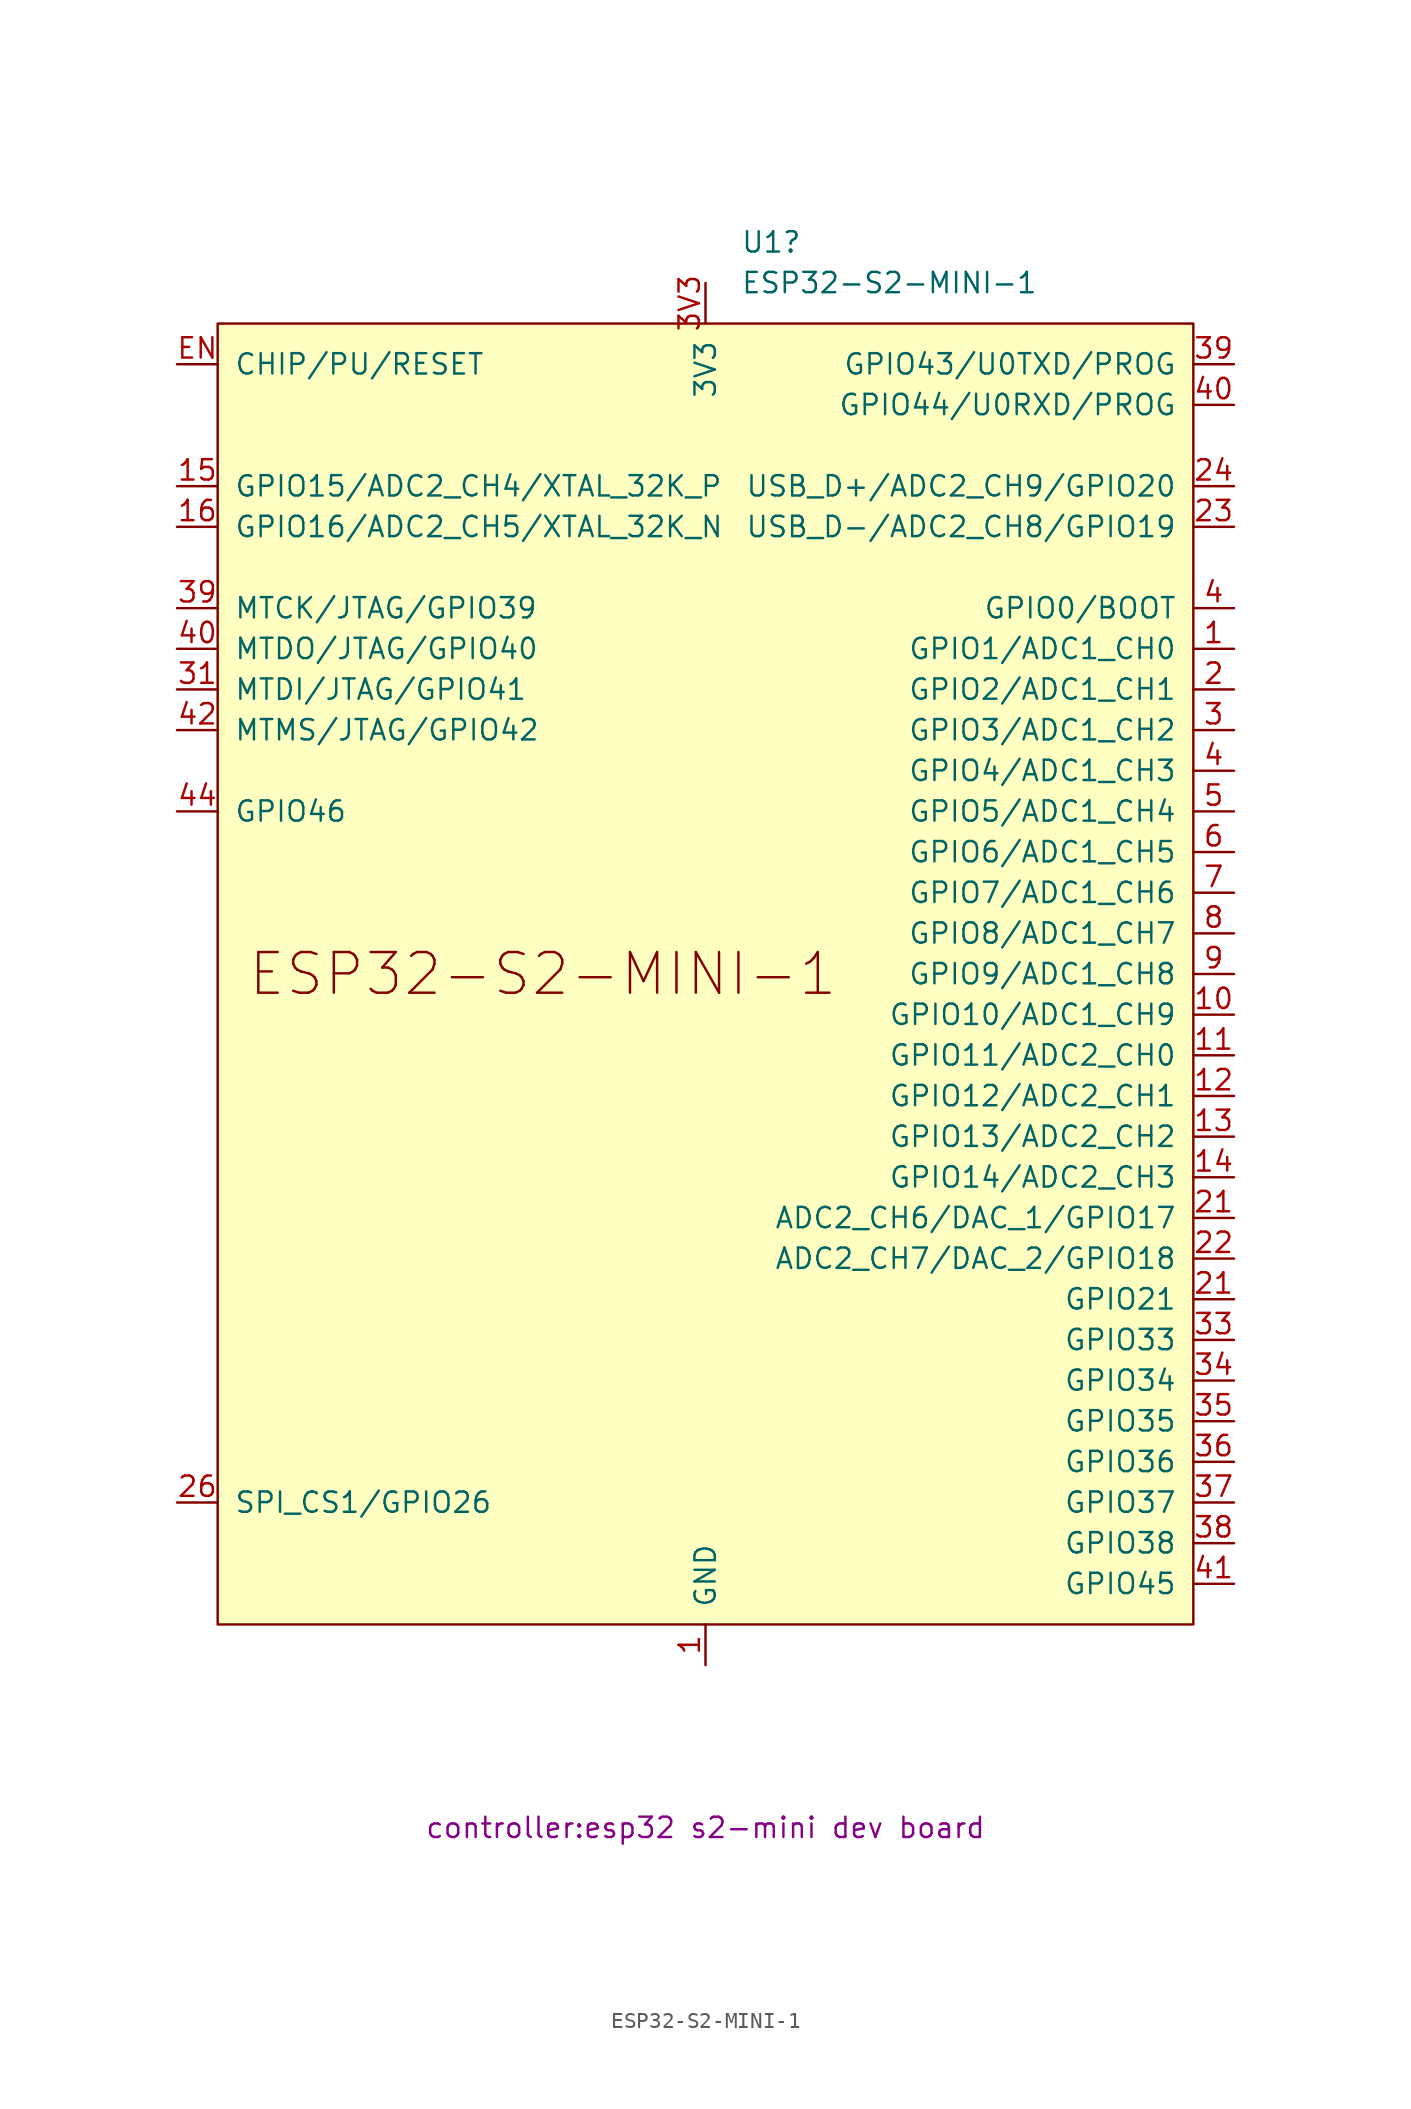
<source format=kicad_sym>
(kicad_symbol_lib
  (version 20231120)
  (generator "kicad_symbol_editor")
  (generator_version "8.0")
  (symbol "ESP32-S2-MINI-1"
    (pin_names
      (offset 1.016))
    (property "Reference" "U1"
      (at 2.194 45.72 0)
      (effects (font (size 1.27 1.27)) (justify left)))
    (property "Value" "ESP32-S2-MINI-1"
      (at 2.194 43.18 0)
      (effects (font (size 1.27 1.27)) (justify left)))
    (property "Footprint" "controller:esp32 s2-mini dev board"
      (at 0 -53.34 0)
      (effects (font (size 1.27 1.27))))
    (symbol "ESP32-S2-MINI-1_0_0"
      (pin power_in line (at 0 -43.18 90) (length 2.54) (name "GND" (effects (font (size 1.27 1.27)))) (number "1" (effects (font (size 1.27 1.27)))))
      (pin input line (at -33.02 10.16 0) (length 2.54) (name "GPIO46" (effects (font (size 1.27 1.27)))) (number "44" (effects (font (size 1.27 1.27)))))
      (pin passive line (at 0 -43.18 90) (length 2.54) hide (name "GND" (effects (font (size 1.27 1.27)))) (number "47" (effects (font (size 1.27 1.27)))))
      (pin passive line (at 0 -43.18 90) (length 2.54) hide (name "GND" (effects (font (size 1.27 1.27)))) (number "48" (effects (font (size 1.27 1.27)))))
      (pin passive line (at 0 -43.18 90) (length 2.54) hide (name "GND" (effects (font (size 1.27 1.27)))) (number "49" (effects (font (size 1.27 1.27)))))
      (pin passive line (at 0 -43.18 90) (length 2.54) hide (name "GND" (effects (font (size 1.27 1.27)))) (number "50" (effects (font (size 1.27 1.27)))))
      (pin passive line (at 0 -43.18 90) (length 2.54) hide (name "GND" (effects (font (size 1.27 1.27)))) (number "51" (effects (font (size 1.27 1.27)))))
      (pin passive line (at 0 -43.18 90) (length 2.54) hide (name "GND" (effects (font (size 1.27 1.27)))) (number "52" (effects (font (size 1.27 1.27)))))
      (pin passive line (at 0 -43.18 90) (length 2.54) hide (name "GND" (effects (font (size 1.27 1.27)))) (number "53" (effects (font (size 1.27 1.27)))))
      (pin passive line (at 0 -43.18 90) (length 2.54) hide (name "GND" (effects (font (size 1.27 1.27)))) (number "54" (effects (font (size 1.27 1.27)))))
      (pin passive line (at 0 -43.18 90) (length 2.54) hide (name "GND" (effects (font (size 1.27 1.27)))) (number "55" (effects (font (size 1.27 1.27)))))
      (pin passive line (at 0 -43.18 90) (length 2.54) hide (name "GND" (effects (font (size 1.27 1.27)))) (number "56" (effects (font (size 1.27 1.27)))))
      (pin passive line (at 0 -43.18 90) (length 2.54) hide (name "GND" (effects (font (size 1.27 1.27)))) (number "57" (effects (font (size 1.27 1.27)))))
      (pin passive line (at 0 -43.18 90) (length 2.54) hide (name "GND" (effects (font (size 1.27 1.27)))) (number "58" (effects (font (size 1.27 1.27)))))
      (pin passive line (at 0 -43.18 90) (length 2.54) hide (name "GND" (effects (font (size 1.27 1.27)))) (number "59" (effects (font (size 1.27 1.27)))))
      (pin passive line (at 0 -43.18 90) (length 2.54) hide (name "GND" (effects (font (size 1.27 1.27)))) (number "60" (effects (font (size 1.27 1.27)))))
      (pin passive line (at 0 -43.18 90) (length 2.54) hide (name "GND" (effects (font (size 1.27 1.27)))) (number "61" (effects (font (size 1.27 1.27)))))
      (pin passive line (at 0 -43.18 90) (length 2.54) hide (name "GND" (effects (font (size 1.27 1.27)))) (number "62" (effects (font (size 1.27 1.27)))))
      (pin passive line (at 0 -43.18 90) (length 2.54) hide (name "GND" (effects (font (size 1.27 1.27)))) (number "63" (effects (font (size 1.27 1.27)))))
      (pin passive line (at 0 -43.18 90) (length 2.54) hide (name "GND" (effects (font (size 1.27 1.27)))) (number "64" (effects (font (size 1.27 1.27)))))
      (pin passive line (at 0 -43.18 90) (length 2.54) hide (name "GND" (effects (font (size 1.27 1.27)))) (number "65" (effects (font (size 1.27 1.27))))))
    (symbol "ESP32-S2-MINI-1_0_1"
      (rectangle (start -30.48 40.64) (end 30.48 -40.64) (stroke (width 0) (type default)) (fill (type background))))
    (symbol "ESP32-S2-MINI-1_1_0"
      (pin passive line (at 0 -43.18 90) (length 2.54) hide (name "GND" (effects (font (size 1.27 1.27)))) (number "51" (effects (font (size 1.27 1.27)))))
      (pin bidirectional line (at -33.02 38.1 0) (length 2.54) (name "CHIP/PU/RESET" (effects (font (size 1.27 1.27)))) (number "EN" (effects (font (size 1.27 1.27)))))
      (pin passive line (at 0 -43.18 90) (length 2.54) hide (name "GND" (effects (font (size 1.27 1.27)))) (number "GND" (effects (font (size 1.27 1.27))))))
    (symbol "ESP32-S2-MINI-1_1_1"
      (text "ESP32-S2-MINI-1" (at -10.16 0 0) (effects (font (size 2.54 2.54))))
      (pin bidirectional line (at 33.02 20.32 180) (length 2.54) (name "GPIO1/ADC1_CH0" (effects (font (size 1.27 1.27)))) (number "1" (effects (font (size 1.27 1.27)))))
      (pin bidirectional line (at 33.02 -2.54 180) (length 2.54) (name "GPIO10/ADC1_CH9" (effects (font (size 1.27 1.27)))) (number "10" (effects (font (size 1.27 1.27)))))
      (pin bidirectional line (at 33.02 -5.08 180) (length 2.54) (name "GPIO11/ADC2_CH0" (effects (font (size 1.27 1.27)))) (number "11" (effects (font (size 1.27 1.27)))))
      (pin bidirectional line (at 33.02 -7.62 180) (length 2.54) (name "GPIO12/ADC2_CH1" (effects (font (size 1.27 1.27)))) (number "12" (effects (font (size 1.27 1.27)))))
      (pin bidirectional line (at 33.02 -10.16 180) (length 2.54) (name "GPIO13/ADC2_CH2" (effects (font (size 1.27 1.27)))) (number "13" (effects (font (size 1.27 1.27)))))
      (pin bidirectional line (at 33.02 -12.7 180) (length 2.54) (name "GPIO14/ADC2_CH3" (effects (font (size 1.27 1.27)))) (number "14" (effects (font (size 1.27 1.27)))))
      (pin bidirectional line (at -33.02 30.48 0) (length 2.54) (name "GPIO15/ADC2_CH4/XTAL_32K_P" (effects (font (size 1.27 1.27)))) (number "15" (effects (font (size 1.27 1.27)))))
      (pin bidirectional line (at -33.02 27.94 0) (length 2.54) (name "GPIO16/ADC2_CH5/XTAL_32K_N" (effects (font (size 1.27 1.27)))) (number "16" (effects (font (size 1.27 1.27)))))
      (pin passive line (at 0 -43.18 90) (length 2.54) hide (name "GND" (effects (font (size 1.27 1.27)))) (number "2" (effects (font (size 1.27 1.27)))))
      (pin bidirectional line (at 33.02 17.78 180) (length 2.54) (name "GPIO2/ADC1_CH1" (effects (font (size 1.27 1.27)))) (number "2" (effects (font (size 1.27 1.27)))))
      (pin bidirectional line (at 33.02 -15.24 180) (length 2.54) (name "ADC2_CH6/DAC_1/GPIO17" (effects (font (size 1.27 1.27)))) (number "21" (effects (font (size 1.27 1.27)))))
      (pin bidirectional line (at 33.02 -20.32 180) (length 2.54) (name "GPIO21" (effects (font (size 1.27 1.27)))) (number "21" (effects (font (size 1.27 1.27)))))
      (pin bidirectional line (at 33.02 -17.78 180) (length 2.54) (name "ADC2_CH7/DAC_2/GPIO18" (effects (font (size 1.27 1.27)))) (number "22" (effects (font (size 1.27 1.27)))))
      (pin bidirectional line (at 33.02 27.94 180) (length 2.54) (name "USB_D-/ADC2_CH8/GPIO19" (effects (font (size 1.27 1.27)))) (number "23" (effects (font (size 1.27 1.27)))))
      (pin bidirectional line (at 33.02 30.48 180) (length 2.54) (name "USB_D+/ADC2_CH9/GPIO20" (effects (font (size 1.27 1.27)))) (number "24" (effects (font (size 1.27 1.27)))))
      (pin bidirectional line (at -33.02 -33.02 0) (length 2.54) (name "SPI_CS1/GPIO26" (effects (font (size 1.27 1.27)))) (number "26" (effects (font (size 1.27 1.27)))))
      (pin no_connect line (at -30.48 -38.1 0) (length 2.54) hide (name "NC" (effects (font (size 1.27 1.27)))) (number "27" (effects (font (size 1.27 1.27)))))
      (pin bidirectional line (at 33.02 15.24 180) (length 2.54) (name "GPIO3/ADC1_CH2" (effects (font (size 1.27 1.27)))) (number "3" (effects (font (size 1.27 1.27)))))
      (pin passive line (at 0 -43.18 90) (length 2.54) hide (name "GND" (effects (font (size 1.27 1.27)))) (number "30" (effects (font (size 1.27 1.27)))))
      (pin bidirectional line (at -33.02 17.78 0) (length 2.54) (name "MTDI/JTAG/GPIO41" (effects (font (size 1.27 1.27)))) (number "31" (effects (font (size 1.27 1.27)))))
      (pin bidirectional line (at 33.02 -22.86 180) (length 2.54) (name "GPIO33" (effects (font (size 1.27 1.27)))) (number "33" (effects (font (size 1.27 1.27)))))
      (pin bidirectional line (at 33.02 -25.4 180) (length 2.54) (name "GPIO34" (effects (font (size 1.27 1.27)))) (number "34" (effects (font (size 1.27 1.27)))))
      (pin bidirectional line (at 33.02 -27.94 180) (length 2.54) (name "GPIO35" (effects (font (size 1.27 1.27)))) (number "35" (effects (font (size 1.27 1.27)))))
      (pin bidirectional line (at 33.02 -30.48 180) (length 2.54) (name "GPIO36" (effects (font (size 1.27 1.27)))) (number "36" (effects (font (size 1.27 1.27)))))
      (pin bidirectional line (at 33.02 -33.02 180) (length 2.54) (name "GPIO37" (effects (font (size 1.27 1.27)))) (number "37" (effects (font (size 1.27 1.27)))))
      (pin bidirectional line (at 33.02 -35.56 180) (length 2.54) (name "GPIO38" (effects (font (size 1.27 1.27)))) (number "38" (effects (font (size 1.27 1.27)))))
      (pin bidirectional line (at 33.02 38.1 180) (length 2.54) (name "GPIO43/U0TXD/PROG" (effects (font (size 1.27 1.27)))) (number "39" (effects (font (size 1.27 1.27)))))
      (pin bidirectional line (at -33.02 22.86 0) (length 2.54) (name "MTCK/JTAG/GPIO39" (effects (font (size 1.27 1.27)))) (number "39" (effects (font (size 1.27 1.27)))))
      (pin power_in line (at 0 43.18 270) (length 2.54) (name "3V3" (effects (font (size 1.27 1.27)))) (number "3V3" (effects (font (size 1.27 1.27)))))
      (pin bidirectional line (at 33.02 22.86 180) (length 2.54) (name "GPIO0/BOOT" (effects (font (size 1.27 1.27)))) (number "4" (effects (font (size 1.27 1.27)))))
      (pin bidirectional line (at 33.02 12.7 180) (length 2.54) (name "GPIO4/ADC1_CH3" (effects (font (size 1.27 1.27)))) (number "4" (effects (font (size 1.27 1.27)))))
      (pin bidirectional line (at 33.02 35.56 180) (length 2.54) (name "GPIO44/U0RXD/PROG" (effects (font (size 1.27 1.27)))) (number "40" (effects (font (size 1.27 1.27)))))
      (pin bidirectional line (at -33.02 20.32 0) (length 2.54) (name "MTDO/JTAG/GPIO40" (effects (font (size 1.27 1.27)))) (number "40" (effects (font (size 1.27 1.27)))))
      (pin bidirectional line (at 33.02 -38.1 180) (length 2.54) (name "GPIO45" (effects (font (size 1.27 1.27)))) (number "41" (effects (font (size 1.27 1.27)))))
      (pin passive line (at 0 -43.18 90) (length 2.54) hide (name "GND" (effects (font (size 1.27 1.27)))) (number "42" (effects (font (size 1.27 1.27)))))
      (pin bidirectional line (at -33.02 15.24 0) (length 2.54) (name "MTMS/JTAG/GPIO42" (effects (font (size 1.27 1.27)))) (number "42" (effects (font (size 1.27 1.27)))))
      (pin bidirectional line (at 33.02 10.16 180) (length 2.54) (name "GPIO5/ADC1_CH4" (effects (font (size 1.27 1.27)))) (number "5" (effects (font (size 1.27 1.27)))))
      (pin bidirectional line (at 33.02 7.62 180) (length 2.54) (name "GPIO6/ADC1_CH5" (effects (font (size 1.27 1.27)))) (number "6" (effects (font (size 1.27 1.27)))))
      (pin bidirectional line (at 33.02 5.08 180) (length 2.54) (name "GPIO7/ADC1_CH6" (effects (font (size 1.27 1.27)))) (number "7" (effects (font (size 1.27 1.27)))))
      (pin bidirectional line (at 33.02 2.54 180) (length 2.54) (name "GPIO8/ADC1_CH7" (effects (font (size 1.27 1.27)))) (number "8" (effects (font (size 1.27 1.27)))))
      (pin bidirectional line (at 33.02 0 180) (length 2.54) (name "GPIO9/ADC1_CH8" (effects (font (size 1.27 1.27)))) (number "9" (effects (font (size 1.27 1.27))))))))
</source>
